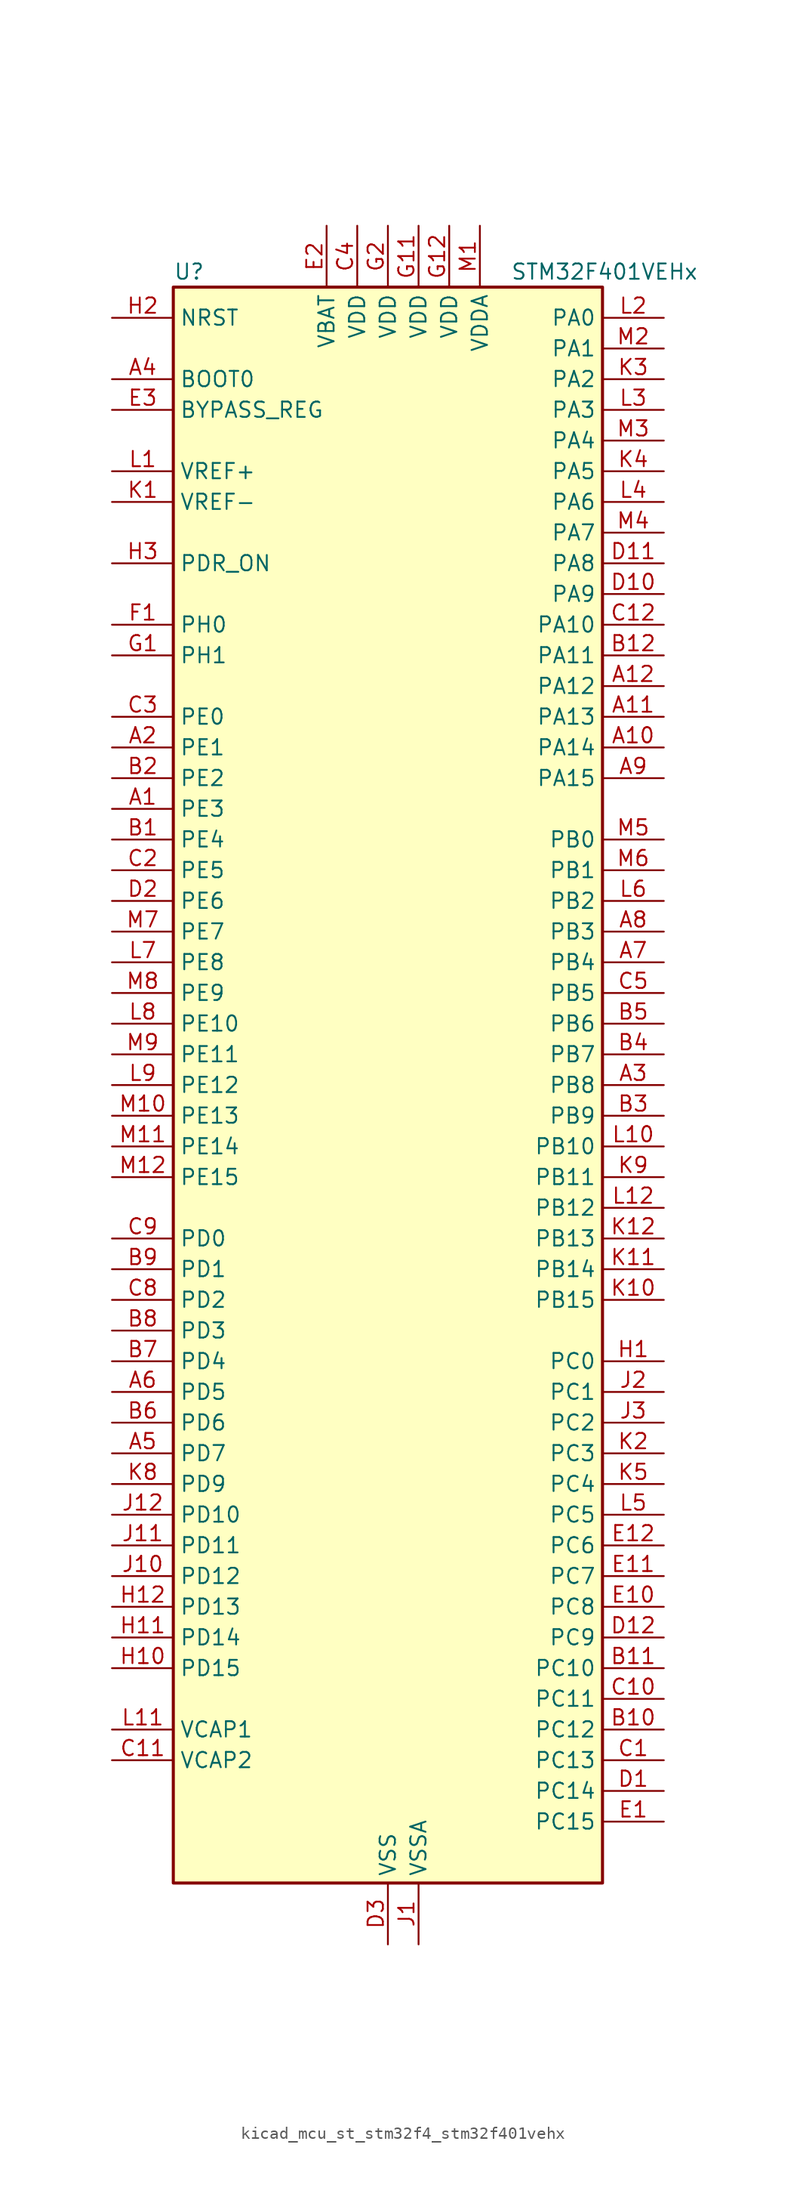
<source format=kicad_sym>
(kicad_symbol_lib
  (version 20220914)
  (generator kicad_symbol_editor)
  (symbol "kicad_mcu_st_stm32f4_stm32f401vehx"
    (property "Reference" "U"
      (at -17.78 67.31 0)
      (effects (font (size 1.27 1.27)) (justify left)))
    (property "Value" "STM32F401VEHx"
      (at 10.16 67.31 0)
      (effects (font (size 1.27 1.27)) (justify left)))
    (property "ki_locked" ""
      (at 0 0 0)
      (effects (font (size 1.27 1.27))))
    (symbol "kicad_mcu_st_stm32f4_stm32f401vehx_0_1"
      (rectangle (start -17.78 -66.04) (end 17.78 66.04) (stroke (width 0.254) (type default)) (fill (type background))))
    (symbol "kicad_mcu_st_stm32f4_stm32f401vehx_1_1"
      (pin bidirectional line (at -22.86 22.86 0) (length 5.08) (name "PE3" (effects (font (size 1.27 1.27)))) (number "A1" (effects (font (size 1.27 1.27)))) (alternate "SYS_TRACED0" bidirectional line))
      (pin bidirectional line (at 22.86 27.94 180) (length 5.08) (name "PA14" (effects (font (size 1.27 1.27)))) (number "A10" (effects (font (size 1.27 1.27)))) (alternate "SYS_JTCK-SWCLK" bidirectional line))
      (pin bidirectional line (at 22.86 30.48 180) (length 5.08) (name "PA13" (effects (font (size 1.27 1.27)))) (number "A11" (effects (font (size 1.27 1.27)))) (alternate "SYS_JTMS-SWDIO" bidirectional line))
      (pin bidirectional line (at 22.86 33.02 180) (length 5.08) (name "PA12" (effects (font (size 1.27 1.27)))) (number "A12" (effects (font (size 1.27 1.27)))) (alternate "TIM1_ETR" bidirectional line) (alternate "USART1_RTS" bidirectional line) (alternate "USART6_RX" bidirectional line) (alternate "USB_OTG_FS_DP" bidirectional line))
      (pin bidirectional line (at -22.86 27.94 0) (length 5.08) (name "PE1" (effects (font (size 1.27 1.27)))) (number "A2" (effects (font (size 1.27 1.27)))))
      (pin bidirectional line (at 22.86 0 180) (length 5.08) (name "PB8" (effects (font (size 1.27 1.27)))) (number "A3" (effects (font (size 1.27 1.27)))) (alternate "I2C1_SCL" bidirectional line) (alternate "SDIO_D4" bidirectional line) (alternate "TIM10_CH1" bidirectional line) (alternate "TIM4_CH3" bidirectional line))
      (pin input line (at -22.86 58.42 0) (length 5.08) (name "BOOT0" (effects (font (size 1.27 1.27)))) (number "A4" (effects (font (size 1.27 1.27)))))
      (pin bidirectional line (at -22.86 -30.48 0) (length 5.08) (name "PD7" (effects (font (size 1.27 1.27)))) (number "A5" (effects (font (size 1.27 1.27)))) (alternate "USART2_CK" bidirectional line))
      (pin bidirectional line (at -22.86 -25.4 0) (length 5.08) (name "PD5" (effects (font (size 1.27 1.27)))) (number "A6" (effects (font (size 1.27 1.27)))) (alternate "USART2_TX" bidirectional line))
      (pin bidirectional line (at 22.86 10.16 180) (length 5.08) (name "PB4" (effects (font (size 1.27 1.27)))) (number "A7" (effects (font (size 1.27 1.27)))) (alternate "I2C3_SDA" bidirectional line) (alternate "I2S3_ext_SD" bidirectional line) (alternate "SPI1_MISO" bidirectional line) (alternate "SPI3_MISO" bidirectional line) (alternate "SYS_JTRST" bidirectional line) (alternate "TIM3_CH1" bidirectional line))
      (pin bidirectional line (at 22.86 12.7 180) (length 5.08) (name "PB3" (effects (font (size 1.27 1.27)))) (number "A8" (effects (font (size 1.27 1.27)))) (alternate "I2C2_SDA" bidirectional line) (alternate "I2S3_CK" bidirectional line) (alternate "SPI1_SCK" bidirectional line) (alternate "SPI3_SCK" bidirectional line) (alternate "SYS_JTDO-SWO" bidirectional line) (alternate "TIM2_CH2" bidirectional line))
      (pin bidirectional line (at 22.86 25.4 180) (length 5.08) (name "PA15" (effects (font (size 1.27 1.27)))) (number "A9" (effects (font (size 1.27 1.27)))) (alternate "ADC1_EXTI15" bidirectional line) (alternate "I2S3_WS" bidirectional line) (alternate "SPI1_NSS" bidirectional line) (alternate "SPI3_NSS" bidirectional line) (alternate "SYS_JTDI" bidirectional line) (alternate "TIM2_CH1" bidirectional line) (alternate "TIM2_ETR" bidirectional line))
      (pin bidirectional line (at -22.86 20.32 0) (length 5.08) (name "PE4" (effects (font (size 1.27 1.27)))) (number "B1" (effects (font (size 1.27 1.27)))) (alternate "SPI4_NSS" bidirectional line) (alternate "SYS_TRACED1" bidirectional line))
      (pin bidirectional line (at 22.86 -53.34 180) (length 5.08) (name "PC12" (effects (font (size 1.27 1.27)))) (number "B10" (effects (font (size 1.27 1.27)))) (alternate "I2S3_SD" bidirectional line) (alternate "SDIO_CK" bidirectional line) (alternate "SPI3_MOSI" bidirectional line))
      (pin bidirectional line (at 22.86 -48.26 180) (length 5.08) (name "PC10" (effects (font (size 1.27 1.27)))) (number "B11" (effects (font (size 1.27 1.27)))) (alternate "I2S3_CK" bidirectional line) (alternate "SDIO_D2" bidirectional line) (alternate "SPI3_SCK" bidirectional line))
      (pin bidirectional line (at 22.86 35.56 180) (length 5.08) (name "PA11" (effects (font (size 1.27 1.27)))) (number "B12" (effects (font (size 1.27 1.27)))) (alternate "ADC1_EXTI11" bidirectional line) (alternate "TIM1_CH4" bidirectional line) (alternate "USART1_CTS" bidirectional line) (alternate "USART6_TX" bidirectional line) (alternate "USB_OTG_FS_DM" bidirectional line))
      (pin bidirectional line (at -22.86 25.4 0) (length 5.08) (name "PE2" (effects (font (size 1.27 1.27)))) (number "B2" (effects (font (size 1.27 1.27)))) (alternate "SPI4_SCK" bidirectional line) (alternate "SYS_TRACECLK" bidirectional line))
      (pin bidirectional line (at 22.86 -2.54 180) (length 5.08) (name "PB9" (effects (font (size 1.27 1.27)))) (number "B3" (effects (font (size 1.27 1.27)))) (alternate "I2C1_SDA" bidirectional line) (alternate "I2S2_WS" bidirectional line) (alternate "SDIO_D5" bidirectional line) (alternate "SPI2_NSS" bidirectional line) (alternate "TIM11_CH1" bidirectional line) (alternate "TIM4_CH4" bidirectional line))
      (pin bidirectional line (at 22.86 2.54 180) (length 5.08) (name "PB7" (effects (font (size 1.27 1.27)))) (number "B4" (effects (font (size 1.27 1.27)))) (alternate "I2C1_SDA" bidirectional line) (alternate "TIM4_CH2" bidirectional line) (alternate "USART1_RX" bidirectional line))
      (pin bidirectional line (at 22.86 5.08 180) (length 5.08) (name "PB6" (effects (font (size 1.27 1.27)))) (number "B5" (effects (font (size 1.27 1.27)))) (alternate "I2C1_SCL" bidirectional line) (alternate "TIM4_CH1" bidirectional line) (alternate "USART1_TX" bidirectional line))
      (pin bidirectional line (at -22.86 -27.94 0) (length 5.08) (name "PD6" (effects (font (size 1.27 1.27)))) (number "B6" (effects (font (size 1.27 1.27)))) (alternate "I2S3_SD" bidirectional line) (alternate "SPI3_MOSI" bidirectional line) (alternate "USART2_RX" bidirectional line))
      (pin bidirectional line (at -22.86 -22.86 0) (length 5.08) (name "PD4" (effects (font (size 1.27 1.27)))) (number "B7" (effects (font (size 1.27 1.27)))) (alternate "USART2_RTS" bidirectional line))
      (pin bidirectional line (at -22.86 -20.32 0) (length 5.08) (name "PD3" (effects (font (size 1.27 1.27)))) (number "B8" (effects (font (size 1.27 1.27)))) (alternate "I2S2_CK" bidirectional line) (alternate "SPI2_SCK" bidirectional line) (alternate "USART2_CTS" bidirectional line))
      (pin bidirectional line (at -22.86 -15.24 0) (length 5.08) (name "PD1" (effects (font (size 1.27 1.27)))) (number "B9" (effects (font (size 1.27 1.27)))))
      (pin bidirectional line (at 22.86 -55.88 180) (length 5.08) (name "PC13" (effects (font (size 1.27 1.27)))) (number "C1" (effects (font (size 1.27 1.27)))) (alternate "RTC_AF1" bidirectional line))
      (pin bidirectional line (at 22.86 -50.8 180) (length 5.08) (name "PC11" (effects (font (size 1.27 1.27)))) (number "C10" (effects (font (size 1.27 1.27)))) (alternate "ADC1_EXTI11" bidirectional line) (alternate "I2S3_ext_SD" bidirectional line) (alternate "SDIO_D3" bidirectional line) (alternate "SPI3_MISO" bidirectional line))
      (pin power_out line (at -22.86 -55.88 0) (length 5.08) (name "VCAP2" (effects (font (size 1.27 1.27)))) (number "C11" (effects (font (size 1.27 1.27)))))
      (pin bidirectional line (at 22.86 38.1 180) (length 5.08) (name "PA10" (effects (font (size 1.27 1.27)))) (number "C12" (effects (font (size 1.27 1.27)))) (alternate "TIM1_CH3" bidirectional line) (alternate "USART1_RX" bidirectional line) (alternate "USB_OTG_FS_ID" bidirectional line))
      (pin bidirectional line (at -22.86 17.78 0) (length 5.08) (name "PE5" (effects (font (size 1.27 1.27)))) (number "C2" (effects (font (size 1.27 1.27)))) (alternate "SPI4_MISO" bidirectional line) (alternate "SYS_TRACED2" bidirectional line) (alternate "TIM9_CH1" bidirectional line))
      (pin bidirectional line (at -22.86 30.48 0) (length 5.08) (name "PE0" (effects (font (size 1.27 1.27)))) (number "C3" (effects (font (size 1.27 1.27)))) (alternate "TIM4_ETR" bidirectional line))
      (pin power_in line (at -2.54 71.12 270) (length 5.08) (name "VDD" (effects (font (size 1.27 1.27)))) (number "C4" (effects (font (size 1.27 1.27)))))
      (pin bidirectional line (at 22.86 7.62 180) (length 5.08) (name "PB5" (effects (font (size 1.27 1.27)))) (number "C5" (effects (font (size 1.27 1.27)))) (alternate "I2C1_SMBA" bidirectional line) (alternate "I2S3_SD" bidirectional line) (alternate "SPI1_MOSI" bidirectional line) (alternate "SPI3_MOSI" bidirectional line) (alternate "TIM3_CH2" bidirectional line))
      (pin bidirectional line (at -22.86 -17.78 0) (length 5.08) (name "PD2" (effects (font (size 1.27 1.27)))) (number "C8" (effects (font (size 1.27 1.27)))) (alternate "SDIO_CMD" bidirectional line) (alternate "TIM3_ETR" bidirectional line))
      (pin bidirectional line (at -22.86 -12.7 0) (length 5.08) (name "PD0" (effects (font (size 1.27 1.27)))) (number "C9" (effects (font (size 1.27 1.27)))))
      (pin bidirectional line (at 22.86 -58.42 180) (length 5.08) (name "PC14" (effects (font (size 1.27 1.27)))) (number "D1" (effects (font (size 1.27 1.27)))) (alternate "RCC_OSC32_IN" bidirectional line))
      (pin bidirectional line (at 22.86 40.64 180) (length 5.08) (name "PA9" (effects (font (size 1.27 1.27)))) (number "D10" (effects (font (size 1.27 1.27)))) (alternate "I2C3_SMBA" bidirectional line) (alternate "TIM1_CH2" bidirectional line) (alternate "USART1_TX" bidirectional line) (alternate "USB_OTG_FS_VBUS" bidirectional line))
      (pin bidirectional line (at 22.86 43.18 180) (length 5.08) (name "PA8" (effects (font (size 1.27 1.27)))) (number "D11" (effects (font (size 1.27 1.27)))) (alternate "I2C3_SCL" bidirectional line) (alternate "RCC_MCO_1" bidirectional line) (alternate "TIM1_CH1" bidirectional line) (alternate "USART1_CK" bidirectional line) (alternate "USB_OTG_FS_SOF" bidirectional line))
      (pin bidirectional line (at 22.86 -45.72 180) (length 5.08) (name "PC9" (effects (font (size 1.27 1.27)))) (number "D12" (effects (font (size 1.27 1.27)))) (alternate "I2C3_SDA" bidirectional line) (alternate "I2S_CKIN" bidirectional line) (alternate "RCC_MCO_2" bidirectional line) (alternate "SDIO_D1" bidirectional line) (alternate "TIM3_CH4" bidirectional line))
      (pin bidirectional line (at -22.86 15.24 0) (length 5.08) (name "PE6" (effects (font (size 1.27 1.27)))) (number "D2" (effects (font (size 1.27 1.27)))) (alternate "SPI4_MOSI" bidirectional line) (alternate "SYS_TRACED3" bidirectional line) (alternate "TIM9_CH2" bidirectional line))
      (pin power_in line (at 0 -71.12 90) (length 5.08) (name "VSS" (effects (font (size 1.27 1.27)))) (number "D3" (effects (font (size 1.27 1.27)))))
      (pin bidirectional line (at 22.86 -60.96 180) (length 5.08) (name "PC15" (effects (font (size 1.27 1.27)))) (number "E1" (effects (font (size 1.27 1.27)))) (alternate "ADC1_EXTI15" bidirectional line) (alternate "RCC_OSC32_OUT" bidirectional line))
      (pin bidirectional line (at 22.86 -43.18 180) (length 5.08) (name "PC8" (effects (font (size 1.27 1.27)))) (number "E10" (effects (font (size 1.27 1.27)))) (alternate "SDIO_D0" bidirectional line) (alternate "TIM3_CH3" bidirectional line) (alternate "USART6_CK" bidirectional line))
      (pin bidirectional line (at 22.86 -40.64 180) (length 5.08) (name "PC7" (effects (font (size 1.27 1.27)))) (number "E11" (effects (font (size 1.27 1.27)))) (alternate "I2S3_MCK" bidirectional line) (alternate "SDIO_D7" bidirectional line) (alternate "TIM3_CH2" bidirectional line) (alternate "USART6_RX" bidirectional line))
      (pin bidirectional line (at 22.86 -38.1 180) (length 5.08) (name "PC6" (effects (font (size 1.27 1.27)))) (number "E12" (effects (font (size 1.27 1.27)))) (alternate "I2S2_MCK" bidirectional line) (alternate "SDIO_D6" bidirectional line) (alternate "TIM3_CH1" bidirectional line) (alternate "USART6_TX" bidirectional line))
      (pin power_in line (at -5.08 71.12 270) (length 5.08) (name "VBAT" (effects (font (size 1.27 1.27)))) (number "E2" (effects (font (size 1.27 1.27)))))
      (pin input line (at -22.86 55.88 0) (length 5.08) (name "BYPASS_REG" (effects (font (size 1.27 1.27)))) (number "E3" (effects (font (size 1.27 1.27)))))
      (pin bidirectional line (at -22.86 38.1 0) (length 5.08) (name "PH0" (effects (font (size 1.27 1.27)))) (number "F1" (effects (font (size 1.27 1.27)))) (alternate "RCC_OSC_IN" bidirectional line))
      (pin passive line (at 0 -71.12 90) (length 5.08) hide (name "VSS" (effects (font (size 1.27 1.27)))) (number "F11" (effects (font (size 1.27 1.27)))))
      (pin passive line (at 0 -71.12 90) (length 5.08) hide (name "VSS" (effects (font (size 1.27 1.27)))) (number "F12" (effects (font (size 1.27 1.27)))))
      (pin passive line (at 0 -71.12 90) (length 5.08) hide (name "VSS" (effects (font (size 1.27 1.27)))) (number "F2" (effects (font (size 1.27 1.27)))))
      (pin bidirectional line (at -22.86 35.56 0) (length 5.08) (name "PH1" (effects (font (size 1.27 1.27)))) (number "G1" (effects (font (size 1.27 1.27)))) (alternate "RCC_OSC_OUT" bidirectional line))
      (pin power_in line (at 2.54 71.12 270) (length 5.08) (name "VDD" (effects (font (size 1.27 1.27)))) (number "G11" (effects (font (size 1.27 1.27)))))
      (pin power_in line (at 5.08 71.12 270) (length 5.08) (name "VDD" (effects (font (size 1.27 1.27)))) (number "G12" (effects (font (size 1.27 1.27)))))
      (pin power_in line (at 0 71.12 270) (length 5.08) (name "VDD" (effects (font (size 1.27 1.27)))) (number "G2" (effects (font (size 1.27 1.27)))))
      (pin bidirectional line (at 22.86 -22.86 180) (length 5.08) (name "PC0" (effects (font (size 1.27 1.27)))) (number "H1" (effects (font (size 1.27 1.27)))) (alternate "ADC1_IN10" bidirectional line))
      (pin bidirectional line (at -22.86 -48.26 0) (length 5.08) (name "PD15" (effects (font (size 1.27 1.27)))) (number "H10" (effects (font (size 1.27 1.27)))) (alternate "ADC1_EXTI15" bidirectional line) (alternate "TIM4_CH4" bidirectional line))
      (pin bidirectional line (at -22.86 -45.72 0) (length 5.08) (name "PD14" (effects (font (size 1.27 1.27)))) (number "H11" (effects (font (size 1.27 1.27)))) (alternate "TIM4_CH3" bidirectional line))
      (pin bidirectional line (at -22.86 -43.18 0) (length 5.08) (name "PD13" (effects (font (size 1.27 1.27)))) (number "H12" (effects (font (size 1.27 1.27)))) (alternate "TIM4_CH2" bidirectional line))
      (pin input line (at -22.86 63.5 0) (length 5.08) (name "NRST" (effects (font (size 1.27 1.27)))) (number "H2" (effects (font (size 1.27 1.27)))))
      (pin input line (at -22.86 43.18 0) (length 5.08) (name "PDR_ON" (effects (font (size 1.27 1.27)))) (number "H3" (effects (font (size 1.27 1.27)))))
      (pin power_in line (at 2.54 -71.12 90) (length 5.08) (name "VSSA" (effects (font (size 1.27 1.27)))) (number "J1" (effects (font (size 1.27 1.27)))))
      (pin bidirectional line (at -22.86 -40.64 0) (length 5.08) (name "PD12" (effects (font (size 1.27 1.27)))) (number "J10" (effects (font (size 1.27 1.27)))) (alternate "TIM4_CH1" bidirectional line))
      (pin bidirectional line (at -22.86 -38.1 0) (length 5.08) (name "PD11" (effects (font (size 1.27 1.27)))) (number "J11" (effects (font (size 1.27 1.27)))) (alternate "ADC1_EXTI11" bidirectional line))
      (pin bidirectional line (at -22.86 -35.56 0) (length 5.08) (name "PD10" (effects (font (size 1.27 1.27)))) (number "J12" (effects (font (size 1.27 1.27)))))
      (pin bidirectional line (at 22.86 -25.4 180) (length 5.08) (name "PC1" (effects (font (size 1.27 1.27)))) (number "J2" (effects (font (size 1.27 1.27)))) (alternate "ADC1_IN11" bidirectional line))
      (pin bidirectional line (at 22.86 -27.94 180) (length 5.08) (name "PC2" (effects (font (size 1.27 1.27)))) (number "J3" (effects (font (size 1.27 1.27)))) (alternate "ADC1_IN12" bidirectional line) (alternate "I2S2_ext_SD" bidirectional line) (alternate "SPI2_MISO" bidirectional line))
      (pin input line (at -22.86 48.26 0) (length 5.08) (name "VREF-" (effects (font (size 1.27 1.27)))) (number "K1" (effects (font (size 1.27 1.27)))))
      (pin bidirectional line (at 22.86 -17.78 180) (length 5.08) (name "PB15" (effects (font (size 1.27 1.27)))) (number "K10" (effects (font (size 1.27 1.27)))) (alternate "ADC1_EXTI15" bidirectional line) (alternate "I2S2_SD" bidirectional line) (alternate "RTC_REFIN" bidirectional line) (alternate "SPI2_MOSI" bidirectional line) (alternate "TIM1_CH3N" bidirectional line))
      (pin bidirectional line (at 22.86 -15.24 180) (length 5.08) (name "PB14" (effects (font (size 1.27 1.27)))) (number "K11" (effects (font (size 1.27 1.27)))) (alternate "I2S2_ext_SD" bidirectional line) (alternate "SPI2_MISO" bidirectional line) (alternate "TIM1_CH2N" bidirectional line))
      (pin bidirectional line (at 22.86 -12.7 180) (length 5.08) (name "PB13" (effects (font (size 1.27 1.27)))) (number "K12" (effects (font (size 1.27 1.27)))) (alternate "I2S2_CK" bidirectional line) (alternate "SPI2_SCK" bidirectional line) (alternate "TIM1_CH1N" bidirectional line))
      (pin bidirectional line (at 22.86 -30.48 180) (length 5.08) (name "PC3" (effects (font (size 1.27 1.27)))) (number "K2" (effects (font (size 1.27 1.27)))) (alternate "ADC1_IN13" bidirectional line) (alternate "I2S2_SD" bidirectional line) (alternate "SPI2_MOSI" bidirectional line))
      (pin bidirectional line (at 22.86 58.42 180) (length 5.08) (name "PA2" (effects (font (size 1.27 1.27)))) (number "K3" (effects (font (size 1.27 1.27)))) (alternate "ADC1_IN2" bidirectional line) (alternate "TIM2_CH3" bidirectional line) (alternate "TIM5_CH3" bidirectional line) (alternate "TIM9_CH1" bidirectional line) (alternate "USART2_TX" bidirectional line))
      (pin bidirectional line (at 22.86 50.8 180) (length 5.08) (name "PA5" (effects (font (size 1.27 1.27)))) (number "K4" (effects (font (size 1.27 1.27)))) (alternate "ADC1_IN5" bidirectional line) (alternate "SPI1_SCK" bidirectional line) (alternate "TIM2_CH1" bidirectional line) (alternate "TIM2_ETR" bidirectional line))
      (pin bidirectional line (at 22.86 -33.02 180) (length 5.08) (name "PC4" (effects (font (size 1.27 1.27)))) (number "K5" (effects (font (size 1.27 1.27)))) (alternate "ADC1_IN14" bidirectional line))
      (pin bidirectional line (at -22.86 -33.02 0) (length 5.08) (name "PD9" (effects (font (size 1.27 1.27)))) (number "K8" (effects (font (size 1.27 1.27)))))
      (pin bidirectional line (at 22.86 -7.62 180) (length 5.08) (name "PB11" (effects (font (size 1.27 1.27)))) (number "K9" (effects (font (size 1.27 1.27)))) (alternate "ADC1_EXTI11" bidirectional line) (alternate "I2C2_SDA" bidirectional line) (alternate "TIM2_CH4" bidirectional line))
      (pin input line (at -22.86 50.8 0) (length 5.08) (name "VREF+" (effects (font (size 1.27 1.27)))) (number "L1" (effects (font (size 1.27 1.27)))))
      (pin bidirectional line (at 22.86 -5.08 180) (length 5.08) (name "PB10" (effects (font (size 1.27 1.27)))) (number "L10" (effects (font (size 1.27 1.27)))) (alternate "I2C2_SCL" bidirectional line) (alternate "I2S2_CK" bidirectional line) (alternate "SPI2_SCK" bidirectional line) (alternate "TIM2_CH3" bidirectional line))
      (pin power_out line (at -22.86 -53.34 0) (length 5.08) (name "VCAP1" (effects (font (size 1.27 1.27)))) (number "L11" (effects (font (size 1.27 1.27)))))
      (pin bidirectional line (at 22.86 -10.16 180) (length 5.08) (name "PB12" (effects (font (size 1.27 1.27)))) (number "L12" (effects (font (size 1.27 1.27)))) (alternate "I2C2_SMBA" bidirectional line) (alternate "I2S2_WS" bidirectional line) (alternate "SPI2_NSS" bidirectional line) (alternate "TIM1_BKIN" bidirectional line))
      (pin bidirectional line (at 22.86 63.5 180) (length 5.08) (name "PA0" (effects (font (size 1.27 1.27)))) (number "L2" (effects (font (size 1.27 1.27)))) (alternate "ADC1_IN0" bidirectional line) (alternate "SYS_WKUP" bidirectional line) (alternate "TIM2_CH1" bidirectional line) (alternate "TIM2_ETR" bidirectional line) (alternate "TIM5_CH1" bidirectional line) (alternate "USART2_CTS" bidirectional line))
      (pin bidirectional line (at 22.86 55.88 180) (length 5.08) (name "PA3" (effects (font (size 1.27 1.27)))) (number "L3" (effects (font (size 1.27 1.27)))) (alternate "ADC1_IN3" bidirectional line) (alternate "TIM2_CH4" bidirectional line) (alternate "TIM5_CH4" bidirectional line) (alternate "TIM9_CH2" bidirectional line) (alternate "USART2_RX" bidirectional line))
      (pin bidirectional line (at 22.86 48.26 180) (length 5.08) (name "PA6" (effects (font (size 1.27 1.27)))) (number "L4" (effects (font (size 1.27 1.27)))) (alternate "ADC1_IN6" bidirectional line) (alternate "SPI1_MISO" bidirectional line) (alternate "TIM1_BKIN" bidirectional line) (alternate "TIM3_CH1" bidirectional line))
      (pin bidirectional line (at 22.86 -35.56 180) (length 5.08) (name "PC5" (effects (font (size 1.27 1.27)))) (number "L5" (effects (font (size 1.27 1.27)))) (alternate "ADC1_IN15" bidirectional line))
      (pin bidirectional line (at 22.86 15.24 180) (length 5.08) (name "PB2" (effects (font (size 1.27 1.27)))) (number "L6" (effects (font (size 1.27 1.27)))))
      (pin bidirectional line (at -22.86 10.16 0) (length 5.08) (name "PE8" (effects (font (size 1.27 1.27)))) (number "L7" (effects (font (size 1.27 1.27)))) (alternate "TIM1_CH1N" bidirectional line))
      (pin bidirectional line (at -22.86 5.08 0) (length 5.08) (name "PE10" (effects (font (size 1.27 1.27)))) (number "L8" (effects (font (size 1.27 1.27)))) (alternate "TIM1_CH2N" bidirectional line))
      (pin bidirectional line (at -22.86 0 0) (length 5.08) (name "PE12" (effects (font (size 1.27 1.27)))) (number "L9" (effects (font (size 1.27 1.27)))) (alternate "SPI4_SCK" bidirectional line) (alternate "TIM1_CH3N" bidirectional line))
      (pin power_in line (at 7.62 71.12 270) (length 5.08) (name "VDDA" (effects (font (size 1.27 1.27)))) (number "M1" (effects (font (size 1.27 1.27)))))
      (pin bidirectional line (at -22.86 -2.54 0) (length 5.08) (name "PE13" (effects (font (size 1.27 1.27)))) (number "M10" (effects (font (size 1.27 1.27)))) (alternate "SPI4_MISO" bidirectional line) (alternate "TIM1_CH3" bidirectional line))
      (pin bidirectional line (at -22.86 -5.08 0) (length 5.08) (name "PE14" (effects (font (size 1.27 1.27)))) (number "M11" (effects (font (size 1.27 1.27)))) (alternate "SPI4_MOSI" bidirectional line) (alternate "TIM1_CH4" bidirectional line))
      (pin bidirectional line (at -22.86 -7.62 0) (length 5.08) (name "PE15" (effects (font (size 1.27 1.27)))) (number "M12" (effects (font (size 1.27 1.27)))) (alternate "ADC1_EXTI15" bidirectional line) (alternate "TIM1_BKIN" bidirectional line))
      (pin bidirectional line (at 22.86 60.96 180) (length 5.08) (name "PA1" (effects (font (size 1.27 1.27)))) (number "M2" (effects (font (size 1.27 1.27)))) (alternate "ADC1_IN1" bidirectional line) (alternate "TIM2_CH2" bidirectional line) (alternate "TIM5_CH2" bidirectional line) (alternate "USART2_RTS" bidirectional line))
      (pin bidirectional line (at 22.86 53.34 180) (length 5.08) (name "PA4" (effects (font (size 1.27 1.27)))) (number "M3" (effects (font (size 1.27 1.27)))) (alternate "ADC1_IN4" bidirectional line) (alternate "I2S3_WS" bidirectional line) (alternate "SPI1_NSS" bidirectional line) (alternate "SPI3_NSS" bidirectional line) (alternate "USART2_CK" bidirectional line))
      (pin bidirectional line (at 22.86 45.72 180) (length 5.08) (name "PA7" (effects (font (size 1.27 1.27)))) (number "M4" (effects (font (size 1.27 1.27)))) (alternate "ADC1_IN7" bidirectional line) (alternate "SPI1_MOSI" bidirectional line) (alternate "TIM1_CH1N" bidirectional line) (alternate "TIM3_CH2" bidirectional line))
      (pin bidirectional line (at 22.86 20.32 180) (length 5.08) (name "PB0" (effects (font (size 1.27 1.27)))) (number "M5" (effects (font (size 1.27 1.27)))) (alternate "ADC1_IN8" bidirectional line) (alternate "TIM1_CH2N" bidirectional line) (alternate "TIM3_CH3" bidirectional line))
      (pin bidirectional line (at 22.86 17.78 180) (length 5.08) (name "PB1" (effects (font (size 1.27 1.27)))) (number "M6" (effects (font (size 1.27 1.27)))) (alternate "ADC1_IN9" bidirectional line) (alternate "TIM1_CH3N" bidirectional line) (alternate "TIM3_CH4" bidirectional line))
      (pin bidirectional line (at -22.86 12.7 0) (length 5.08) (name "PE7" (effects (font (size 1.27 1.27)))) (number "M7" (effects (font (size 1.27 1.27)))) (alternate "TIM1_ETR" bidirectional line))
      (pin bidirectional line (at -22.86 7.62 0) (length 5.08) (name "PE9" (effects (font (size 1.27 1.27)))) (number "M8" (effects (font (size 1.27 1.27)))) (alternate "TIM1_CH1" bidirectional line))
      (pin bidirectional line (at -22.86 2.54 0) (length 5.08) (name "PE11" (effects (font (size 1.27 1.27)))) (number "M9" (effects (font (size 1.27 1.27)))) (alternate "ADC1_EXTI11" bidirectional line) (alternate "SPI4_NSS" bidirectional line) (alternate "TIM1_CH2" bidirectional line)))))
</source>
